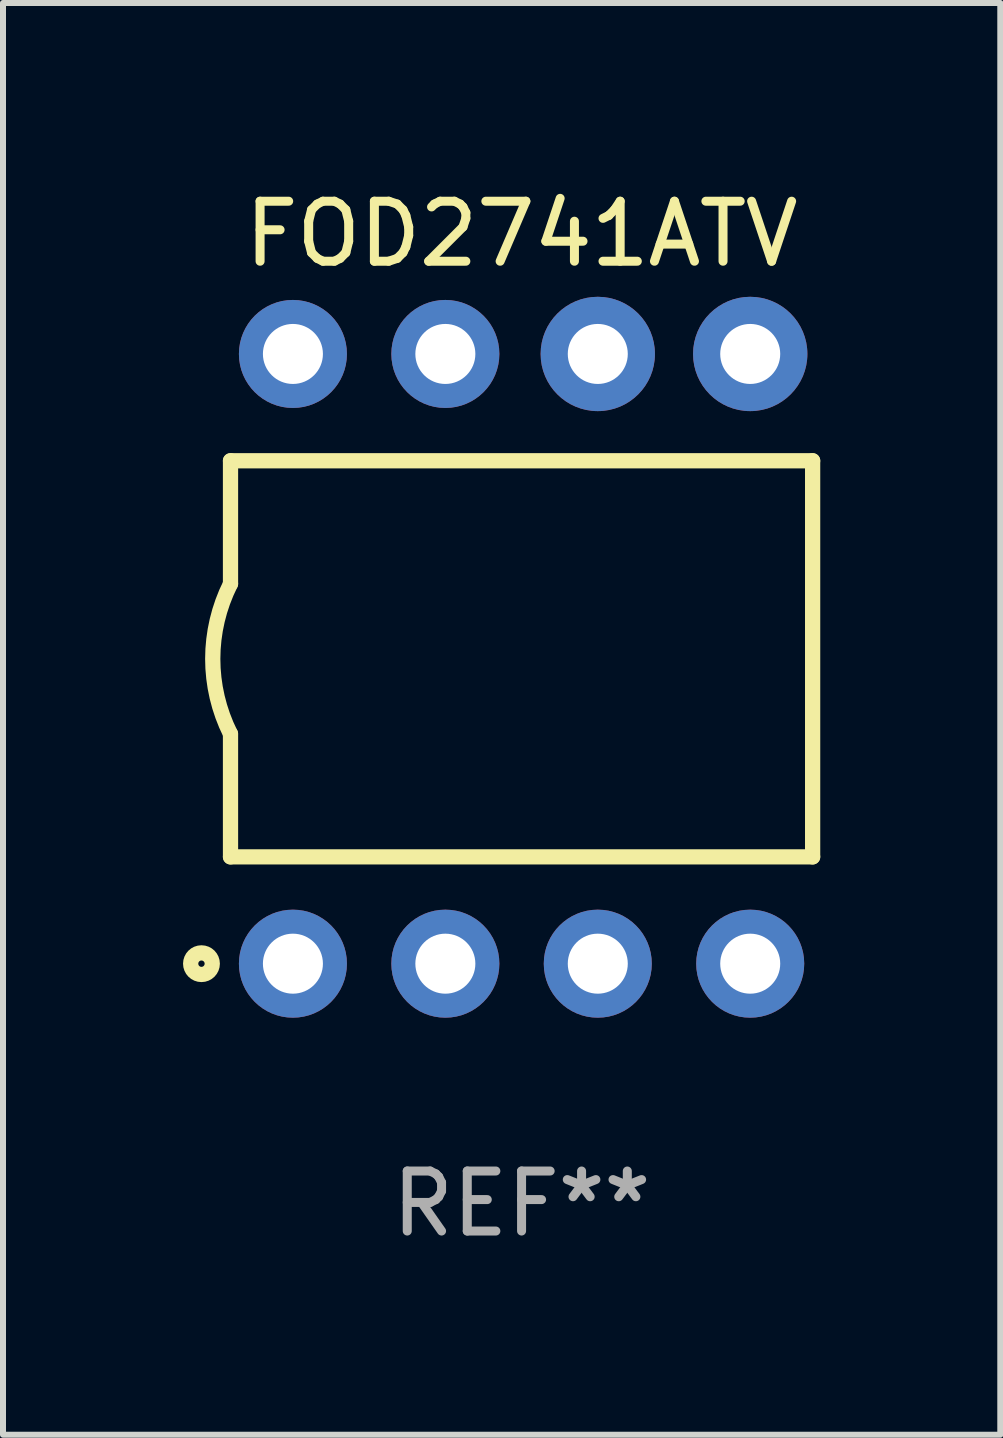
<source format=kicad_pcb>
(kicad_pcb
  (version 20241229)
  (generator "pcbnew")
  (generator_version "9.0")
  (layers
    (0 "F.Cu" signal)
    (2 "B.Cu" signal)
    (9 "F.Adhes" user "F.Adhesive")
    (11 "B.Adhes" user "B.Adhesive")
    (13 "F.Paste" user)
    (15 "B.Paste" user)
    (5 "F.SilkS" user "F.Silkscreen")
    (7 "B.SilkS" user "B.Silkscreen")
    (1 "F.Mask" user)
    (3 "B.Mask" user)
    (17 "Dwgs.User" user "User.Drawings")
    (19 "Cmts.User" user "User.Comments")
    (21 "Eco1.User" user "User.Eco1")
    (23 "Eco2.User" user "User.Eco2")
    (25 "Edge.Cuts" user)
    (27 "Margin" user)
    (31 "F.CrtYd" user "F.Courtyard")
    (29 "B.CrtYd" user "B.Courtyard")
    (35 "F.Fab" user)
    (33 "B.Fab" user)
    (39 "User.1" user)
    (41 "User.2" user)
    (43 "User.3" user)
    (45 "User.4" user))
  (footprint "FOD2741ATV"
    (layer "F.Cu")
    (at 5.641 7.928)
    (property "Reference" "FOD2741ATV" (at 0 -7.08 0) (layer "F.SilkS") (effects (font (size 1 1) (thickness 0.15))))
    (attr through_hole)
    (fp_line (start -4.85 -3.3) (end -4.85 -1.25) (stroke (width 0.254) (type solid)) (layer "F.SilkS"))
    (fp_line (start -4.85 3.3) (end -4.85 1.25) (stroke (width 0.254) (type solid)) (layer "F.SilkS"))
    (fp_line (start 4.85 -3.3) (end -4.85 -3.3) (stroke (width 0.254) (type solid)) (layer "F.SilkS"))
    (fp_line (start 4.85 -3.3) (end 4.85 3.3) (stroke (width 0.254) (type solid)) (layer "F.SilkS"))
    (fp_line (start 4.85 3.3) (end -4.85 3.3) (stroke (width 0.254) (type solid)) (layer "F.SilkS"))
    (fp_arc (start -4.851258 1.249683) (mid -5.14588 -0.000312) (end -4.850013 -1.250013) (stroke (width 0.254001) (type solid)) (layer "F.SilkS"))
    (fp_circle (center -5.334 5.08) (end -5.154 5.08) (stroke (width 0.254) (type solid)) (fill no) (layer "F.SilkS"))
    (fp_text user "REF**" (at 0 9.08 0) (layer "F.Fab") (effects (font (size 1 1) (thickness 0.15))))
    (pad "1" thru_hole circle (at -3.81 5.08) (size 1.8 1.8) (drill 1) (layers "*.Cu" "*.Mask"))
    (pad "2" thru_hole circle (at -1.27 5.08) (size 1.8 1.8) (drill 1) (layers "*.Cu" "*.Mask"))
    (pad "3" thru_hole circle (at 1.27 5.08) (size 1.8 1.8) (drill 1) (layers "*.Cu" "*.Mask"))
    (pad "4" thru_hole circle (at 3.81 5.08) (size 1.8 1.8) (drill 1) (layers "*.Cu" "*.Mask"))
    (pad "5" thru_hole circle (at 3.81 -5.08) (size 1.905 1.905) (drill 1) (layers "*.Cu" "*.Mask"))
    (pad "6" thru_hole circle (at 1.27 -5.08) (size 1.905 1.905) (drill 1) (layers "*.Cu" "*.Mask"))
    (pad "7" thru_hole circle (at -1.27 -5.08) (size 1.8 1.8) (drill 1) (layers "*.Cu" "*.Mask"))
    (pad "8" thru_hole circle (at -3.81 -5.08) (size 1.8 1.8) (drill 1) (layers "*.Cu" "*.Mask")))
  (gr_rect
    (start -3 -3)
    (end 13.618 20.857)
    (stroke (width 0.1) (type default))
    (fill no)
    (layer "Edge.Cuts")))
</source>
